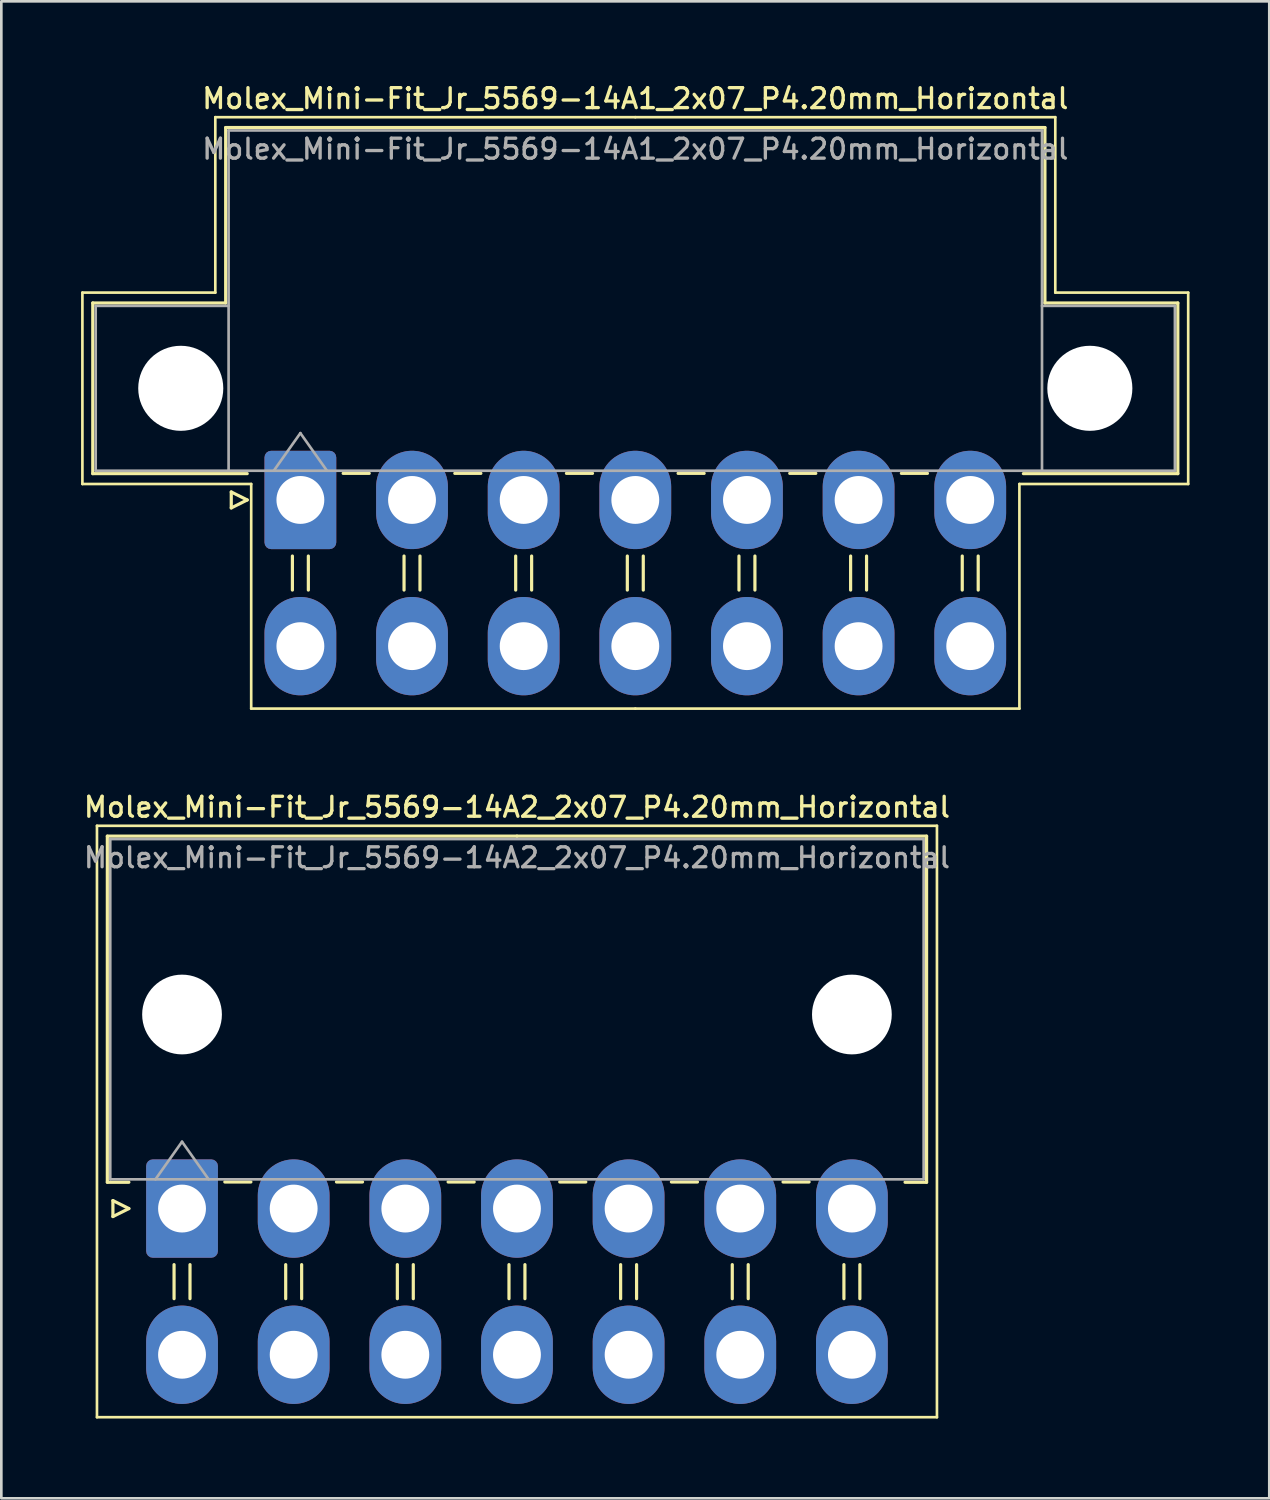
<source format=kicad_pcb>
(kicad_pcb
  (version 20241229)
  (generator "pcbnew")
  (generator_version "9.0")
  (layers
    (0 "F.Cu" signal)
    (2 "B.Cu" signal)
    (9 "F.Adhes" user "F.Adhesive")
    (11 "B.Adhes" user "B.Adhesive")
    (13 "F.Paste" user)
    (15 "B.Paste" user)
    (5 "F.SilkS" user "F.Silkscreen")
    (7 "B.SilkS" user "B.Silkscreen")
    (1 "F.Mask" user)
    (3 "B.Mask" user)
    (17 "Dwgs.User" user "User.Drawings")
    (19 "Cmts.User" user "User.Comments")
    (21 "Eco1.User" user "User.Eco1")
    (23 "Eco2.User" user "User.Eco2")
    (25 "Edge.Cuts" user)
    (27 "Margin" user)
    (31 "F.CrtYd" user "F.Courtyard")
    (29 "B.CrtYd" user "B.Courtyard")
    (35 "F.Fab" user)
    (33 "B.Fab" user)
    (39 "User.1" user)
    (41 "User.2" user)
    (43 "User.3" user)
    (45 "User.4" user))
  (footprint "Molex_Mini-Fit_Jr_5569-14A1_2x07_P4.20mm_Horizontal"
    (layer "F.Cu")
    (at 8.25 15.758)
    (property "Reference" "Molex_Mini-Fit_Jr_5569-14A1_2x07_P4.20mm_Horizontal" (at 12.6 -15.1 0) (layer "F.SilkS") (effects (font (size 0.75 0.75) (thickness 0.125))))
    (attr through_hole)
    (fp_line (start -8.2 -7.8) (end -8.2 -0.6) (stroke (width 0.1) (type solid)) (layer "F.SilkS"))
    (fp_line (start -8.2 -0.6) (end -1.85 -0.6) (stroke (width 0.1) (type solid)) (layer "F.SilkS"))
    (fp_line (start -7.81 -7.41) (end -7.81 -0.99) (stroke (width 0.12) (type solid)) (layer "F.SilkS"))
    (fp_line (start -7.81 -0.99) (end -2 -0.99) (stroke (width 0.12) (type solid)) (layer "F.SilkS"))
    (fp_line (start -3.2 -14.4) (end -3.2 -7.8) (stroke (width 0.1) (type solid)) (layer "F.SilkS"))
    (fp_line (start -3.2 -7.8) (end -8.2 -7.8) (stroke (width 0.1) (type solid)) (layer "F.SilkS"))
    (fp_line (start -2.81 -14.01) (end -2.81 -7.41) (stroke (width 0.12) (type solid)) (layer "F.SilkS"))
    (fp_line (start -2.81 -7.41) (end -7.81 -7.41) (stroke (width 0.12) (type solid)) (layer "F.SilkS"))
    (fp_line (start -2.6 -0.3) (end -2 0) (stroke (width 0.12) (type solid)) (layer "F.SilkS"))
    (fp_line (start -2.6 0.3) (end -2.6 -0.3) (stroke (width 0.12) (type solid)) (layer "F.SilkS"))
    (fp_line (start -2 0) (end -2.6 0.3) (stroke (width 0.12) (type solid)) (layer "F.SilkS"))
    (fp_line (start -1.85 -0.6) (end -1.85 7.85) (stroke (width 0.1) (type solid)) (layer "F.SilkS"))
    (fp_line (start -1.85 7.85) (end 12.6 7.85) (stroke (width 0.1) (type solid)) (layer "F.SilkS"))
    (fp_line (start -0.3 2.11) (end -0.3 3.39) (stroke (width 0.12) (type solid)) (layer "F.SilkS"))
    (fp_line (start 0.3 2.11) (end 0.3 3.39) (stroke (width 0.12) (type solid)) (layer "F.SilkS"))
    (fp_line (start 1.61 -1) (end 2.59 -1) (stroke (width 0.12) (type solid)) (layer "F.SilkS"))
    (fp_line (start 3.9 2.11) (end 3.9 3.39) (stroke (width 0.12) (type solid)) (layer "F.SilkS"))
    (fp_line (start 4.5 2.11) (end 4.5 3.39) (stroke (width 0.12) (type solid)) (layer "F.SilkS"))
    (fp_line (start 5.81 -1) (end 6.79 -1) (stroke (width 0.12) (type solid)) (layer "F.SilkS"))
    (fp_line (start 8.1 2.11) (end 8.1 3.39) (stroke (width 0.12) (type solid)) (layer "F.SilkS"))
    (fp_line (start 8.7 2.11) (end 8.7 3.39) (stroke (width 0.12) (type solid)) (layer "F.SilkS"))
    (fp_line (start 10.01 -1) (end 10.99 -1) (stroke (width 0.12) (type solid)) (layer "F.SilkS"))
    (fp_line (start 12.3 2.11) (end 12.3 3.39) (stroke (width 0.12) (type solid)) (layer "F.SilkS"))
    (fp_line (start 12.6 -14.4) (end -3.2 -14.4) (stroke (width 0.1) (type solid)) (layer "F.SilkS"))
    (fp_line (start 12.6 -14.4) (end 28.4 -14.4) (stroke (width 0.1) (type solid)) (layer "F.SilkS"))
    (fp_line (start 12.6 -14.01) (end -2.81 -14.01) (stroke (width 0.12) (type solid)) (layer "F.SilkS"))
    (fp_line (start 12.6 -14.01) (end 28.01 -14.01) (stroke (width 0.12) (type solid)) (layer "F.SilkS"))
    (fp_line (start 12.9 2.11) (end 12.9 3.39) (stroke (width 0.12) (type solid)) (layer "F.SilkS"))
    (fp_line (start 14.21 -1) (end 15.19 -1) (stroke (width 0.12) (type solid)) (layer "F.SilkS"))
    (fp_line (start 16.5 2.11) (end 16.5 3.39) (stroke (width 0.12) (type solid)) (layer "F.SilkS"))
    (fp_line (start 17.1 2.11) (end 17.1 3.39) (stroke (width 0.12) (type solid)) (layer "F.SilkS"))
    (fp_line (start 18.41 -1) (end 19.39 -1) (stroke (width 0.12) (type solid)) (layer "F.SilkS"))
    (fp_line (start 20.7 2.11) (end 20.7 3.39) (stroke (width 0.12) (type solid)) (layer "F.SilkS"))
    (fp_line (start 21.3 2.11) (end 21.3 3.39) (stroke (width 0.12) (type solid)) (layer "F.SilkS"))
    (fp_line (start 22.61 -1) (end 23.59 -1) (stroke (width 0.12) (type solid)) (layer "F.SilkS"))
    (fp_line (start 24.9 2.11) (end 24.9 3.39) (stroke (width 0.12) (type solid)) (layer "F.SilkS"))
    (fp_line (start 25.5 2.11) (end 25.5 3.39) (stroke (width 0.12) (type solid)) (layer "F.SilkS"))
    (fp_line (start 27.05 -0.6) (end 27.05 7.85) (stroke (width 0.1) (type solid)) (layer "F.SilkS"))
    (fp_line (start 27.05 7.85) (end 12.6 7.85) (stroke (width 0.1) (type solid)) (layer "F.SilkS"))
    (fp_line (start 28.01 -14.01) (end 28.01 -7.41) (stroke (width 0.12) (type solid)) (layer "F.SilkS"))
    (fp_line (start 28.01 -7.41) (end 33.01 -7.41) (stroke (width 0.12) (type solid)) (layer "F.SilkS"))
    (fp_line (start 28.4 -14.4) (end 28.4 -7.8) (stroke (width 0.1) (type solid)) (layer "F.SilkS"))
    (fp_line (start 28.4 -7.8) (end 33.4 -7.8) (stroke (width 0.1) (type solid)) (layer "F.SilkS"))
    (fp_line (start 33.01 -7.41) (end 33.01 -0.99) (stroke (width 0.12) (type solid)) (layer "F.SilkS"))
    (fp_line (start 33.01 -0.99) (end 27.2 -0.99) (stroke (width 0.12) (type solid)) (layer "F.SilkS"))
    (fp_line (start 33.4 -7.8) (end 33.4 -0.6) (stroke (width 0.1) (type solid)) (layer "F.SilkS"))
    (fp_line (start 33.4 -0.6) (end 27.05 -0.6) (stroke (width 0.1) (type solid)) (layer "F.SilkS"))
    (fp_line (start -7.7 -7.3) (end -7.7 -1.1) (stroke (width 0.1) (type solid)) (layer "F.Fab"))
    (fp_line (start -7.7 -1.1) (end -2.7 -1.1) (stroke (width 0.1) (type solid)) (layer "F.Fab"))
    (fp_line (start -2.7 -13.9) (end -2.7 -1.1) (stroke (width 0.1) (type solid)) (layer "F.Fab"))
    (fp_line (start -2.7 -7.3) (end -7.7 -7.3) (stroke (width 0.1) (type solid)) (layer "F.Fab"))
    (fp_line (start -2.7 -1.1) (end 27.9 -1.1) (stroke (width 0.1) (type solid)) (layer "F.Fab"))
    (fp_line (start -1 -1.1) (end 0 -2.514) (stroke (width 0.1) (type solid)) (layer "F.Fab"))
    (fp_line (start 0 -2.514) (end 1 -1.1) (stroke (width 0.1) (type solid)) (layer "F.Fab"))
    (fp_line (start 27.9 -13.9) (end -2.7 -13.9) (stroke (width 0.1) (type solid)) (layer "F.Fab"))
    (fp_line (start 27.9 -7.3) (end 32.9 -7.3) (stroke (width 0.1) (type solid)) (layer "F.Fab"))
    (fp_line (start 27.9 -1.1) (end 27.9 -13.9) (stroke (width 0.1) (type solid)) (layer "F.Fab"))
    (fp_line (start 32.9 -7.3) (end 32.9 -1.1) (stroke (width 0.1) (type solid)) (layer "F.Fab"))
    (fp_line (start 32.9 -1.1) (end 27.9 -1.1) (stroke (width 0.1) (type solid)) (layer "F.Fab"))
    (fp_text user "${REFERENCE}" (at 12.6 -13.2 0) (layer "F.Fab") (effects (font (size 0.75 0.75) (thickness 0.125))))
    (pad "" np_thru_hole circle (at -4.5 -4.2) (size 3.2 3.2) (drill 3.2) (layers "*.Cu" "*.Mask"))
    (pad "" np_thru_hole circle (at 29.7 -4.2) (size 3.2 3.2) (drill 3.2) (layers "*.Cu" "*.Mask"))
    (pad "1" thru_hole roundrect (at 0 0) (size 2.7 3.7) (drill 1.8) (layers "*.Cu" "*.Mask") (roundrect_rratio 0.093))
    (pad "2" thru_hole oval (at 4.2 0) (size 2.7 3.7) (drill 1.8) (layers "*.Cu" "*.Mask"))
    (pad "3" thru_hole oval (at 8.4 0) (size 2.7 3.7) (drill 1.8) (layers "*.Cu" "*.Mask"))
    (pad "4" thru_hole oval (at 12.6 0) (size 2.7 3.7) (drill 1.8) (layers "*.Cu" "*.Mask"))
    (pad "5" thru_hole oval (at 16.8 0) (size 2.7 3.7) (drill 1.8) (layers "*.Cu" "*.Mask"))
    (pad "6" thru_hole oval (at 21 0) (size 2.7 3.7) (drill 1.8) (layers "*.Cu" "*.Mask"))
    (pad "7" thru_hole oval (at 25.2 0) (size 2.7 3.7) (drill 1.8) (layers "*.Cu" "*.Mask"))
    (pad "8" thru_hole oval (at 0 5.5) (size 2.7 3.7) (drill 1.8) (layers "*.Cu" "*.Mask"))
    (pad "9" thru_hole oval (at 4.2 5.5) (size 2.7 3.7) (drill 1.8) (layers "*.Cu" "*.Mask"))
    (pad "10" thru_hole oval (at 8.4 5.5) (size 2.7 3.7) (drill 1.8) (layers "*.Cu" "*.Mask"))
    (pad "11" thru_hole oval (at 12.6 5.5) (size 2.7 3.7) (drill 1.8) (layers "*.Cu" "*.Mask"))
    (pad "12" thru_hole oval (at 16.8 5.5) (size 2.7 3.7) (drill 1.8) (layers "*.Cu" "*.Mask"))
    (pad "13" thru_hole oval (at 21 5.5) (size 2.7 3.7) (drill 1.8) (layers "*.Cu" "*.Mask"))
    (pad "14" thru_hole oval (at 25.2 5.5) (size 2.7 3.7) (drill 1.8) (layers "*.Cu" "*.Mask")))
  (footprint "Molex_Mini-Fit_Jr_5569-14A2_2x07_P4.20mm_Horizontal"
    (layer "F.Cu")
    (at 3.798 42.416)
    (property "Reference" "Molex_Mini-Fit_Jr_5569-14A2_2x07_P4.20mm_Horizontal" (at 12.6 -15.1 0) (layer "F.SilkS") (effects (font (size 0.75 0.75) (thickness 0.125))))
    (attr through_hole)
    (fp_line (start -3.2 -14.4) (end -3.2 7.85) (stroke (width 0.1) (type solid)) (layer "F.SilkS"))
    (fp_line (start -3.2 7.85) (end 28.4 7.85) (stroke (width 0.1) (type solid)) (layer "F.SilkS"))
    (fp_line (start -2.81 -14.01) (end 12.6 -14.01) (stroke (width 0.12) (type solid)) (layer "F.SilkS"))
    (fp_line (start -2.81 -0.99) (end -2.81 -14.01) (stroke (width 0.12) (type solid)) (layer "F.SilkS"))
    (fp_line (start -2.6 -0.3) (end -2 0) (stroke (width 0.12) (type solid)) (layer "F.SilkS"))
    (fp_line (start -2.6 0.3) (end -2.6 -0.3) (stroke (width 0.12) (type solid)) (layer "F.SilkS"))
    (fp_line (start -2 -0.99) (end -2.81 -0.99) (stroke (width 0.12) (type solid)) (layer "F.SilkS"))
    (fp_line (start -2 0) (end -2.6 0.3) (stroke (width 0.12) (type solid)) (layer "F.SilkS"))
    (fp_line (start -0.3 2.11) (end -0.3 3.39) (stroke (width 0.12) (type solid)) (layer "F.SilkS"))
    (fp_line (start 0.3 2.11) (end 0.3 3.39) (stroke (width 0.12) (type solid)) (layer "F.SilkS"))
    (fp_line (start 1.61 -1) (end 2.59 -1) (stroke (width 0.12) (type solid)) (layer "F.SilkS"))
    (fp_line (start 3.9 2.11) (end 3.9 3.39) (stroke (width 0.12) (type solid)) (layer "F.SilkS"))
    (fp_line (start 4.5 2.11) (end 4.5 3.39) (stroke (width 0.12) (type solid)) (layer "F.SilkS"))
    (fp_line (start 5.81 -1) (end 6.79 -1) (stroke (width 0.12) (type solid)) (layer "F.SilkS"))
    (fp_line (start 8.1 2.11) (end 8.1 3.39) (stroke (width 0.12) (type solid)) (layer "F.SilkS"))
    (fp_line (start 8.7 2.11) (end 8.7 3.39) (stroke (width 0.12) (type solid)) (layer "F.SilkS"))
    (fp_line (start 10.01 -1) (end 10.99 -1) (stroke (width 0.12) (type solid)) (layer "F.SilkS"))
    (fp_line (start 12.3 2.11) (end 12.3 3.39) (stroke (width 0.12) (type solid)) (layer "F.SilkS"))
    (fp_line (start 12.9 2.11) (end 12.9 3.39) (stroke (width 0.12) (type solid)) (layer "F.SilkS"))
    (fp_line (start 14.21 -1) (end 15.19 -1) (stroke (width 0.12) (type solid)) (layer "F.SilkS"))
    (fp_line (start 16.5 2.11) (end 16.5 3.39) (stroke (width 0.12) (type solid)) (layer "F.SilkS"))
    (fp_line (start 17.1 2.11) (end 17.1 3.39) (stroke (width 0.12) (type solid)) (layer "F.SilkS"))
    (fp_line (start 18.41 -1) (end 19.39 -1) (stroke (width 0.12) (type solid)) (layer "F.SilkS"))
    (fp_line (start 20.7 2.11) (end 20.7 3.39) (stroke (width 0.12) (type solid)) (layer "F.SilkS"))
    (fp_line (start 21.3 2.11) (end 21.3 3.39) (stroke (width 0.12) (type solid)) (layer "F.SilkS"))
    (fp_line (start 22.61 -1) (end 23.59 -1) (stroke (width 0.12) (type solid)) (layer "F.SilkS"))
    (fp_line (start 24.9 2.11) (end 24.9 3.39) (stroke (width 0.12) (type solid)) (layer "F.SilkS"))
    (fp_line (start 25.5 2.11) (end 25.5 3.39) (stroke (width 0.12) (type solid)) (layer "F.SilkS"))
    (fp_line (start 27.2 -0.99) (end 28.01 -0.99) (stroke (width 0.12) (type solid)) (layer "F.SilkS"))
    (fp_line (start 28.01 -14.01) (end 12.6 -14.01) (stroke (width 0.12) (type solid)) (layer "F.SilkS"))
    (fp_line (start 28.01 -0.99) (end 28.01 -14.01) (stroke (width 0.12) (type solid)) (layer "F.SilkS"))
    (fp_line (start 28.4 -14.4) (end -3.2 -14.4) (stroke (width 0.1) (type solid)) (layer "F.SilkS"))
    (fp_line (start 28.4 7.85) (end 28.4 -14.4) (stroke (width 0.1) (type solid)) (layer "F.SilkS"))
    (fp_line (start -2.7 -13.9) (end -2.7 -1.1) (stroke (width 0.1) (type solid)) (layer "F.Fab"))
    (fp_line (start -2.7 -1.1) (end 27.9 -1.1) (stroke (width 0.1) (type solid)) (layer "F.Fab"))
    (fp_line (start -1 -1.1) (end 0 -2.514) (stroke (width 0.1) (type solid)) (layer "F.Fab"))
    (fp_line (start 0 -2.514) (end 1 -1.1) (stroke (width 0.1) (type solid)) (layer "F.Fab"))
    (fp_line (start 27.9 -13.9) (end -2.7 -13.9) (stroke (width 0.1) (type solid)) (layer "F.Fab"))
    (fp_line (start 27.9 -1.1) (end 27.9 -13.9) (stroke (width 0.1) (type solid)) (layer "F.Fab"))
    (fp_text user "${REFERENCE}" (at 12.6 -13.2 0) (layer "F.Fab") (effects (font (size 0.75 0.75) (thickness 0.125))))
    (pad "" np_thru_hole circle (at 0 -7.3) (size 3 3) (drill 3) (layers "*.Cu" "*.Mask"))
    (pad "" np_thru_hole circle (at 25.2 -7.3) (size 3 3) (drill 3) (layers "*.Cu" "*.Mask"))
    (pad "1" thru_hole roundrect (at 0 0) (size 2.7 3.7) (drill 1.8) (layers "*.Cu" "*.Mask") (roundrect_rratio 0.093))
    (pad "2" thru_hole oval (at 4.2 0) (size 2.7 3.7) (drill 1.8) (layers "*.Cu" "*.Mask"))
    (pad "3" thru_hole oval (at 8.4 0) (size 2.7 3.7) (drill 1.8) (layers "*.Cu" "*.Mask"))
    (pad "4" thru_hole oval (at 12.6 0) (size 2.7 3.7) (drill 1.8) (layers "*.Cu" "*.Mask"))
    (pad "5" thru_hole oval (at 16.8 0) (size 2.7 3.7) (drill 1.8) (layers "*.Cu" "*.Mask"))
    (pad "6" thru_hole oval (at 21 0) (size 2.7 3.7) (drill 1.8) (layers "*.Cu" "*.Mask"))
    (pad "7" thru_hole oval (at 25.2 0) (size 2.7 3.7) (drill 1.8) (layers "*.Cu" "*.Mask"))
    (pad "8" thru_hole oval (at 0 5.5) (size 2.7 3.7) (drill 1.8) (layers "*.Cu" "*.Mask"))
    (pad "9" thru_hole oval (at 4.2 5.5) (size 2.7 3.7) (drill 1.8) (layers "*.Cu" "*.Mask"))
    (pad "10" thru_hole oval (at 8.4 5.5) (size 2.7 3.7) (drill 1.8) (layers "*.Cu" "*.Mask"))
    (pad "11" thru_hole oval (at 12.6 5.5) (size 2.7 3.7) (drill 1.8) (layers "*.Cu" "*.Mask"))
    (pad "12" thru_hole oval (at 16.8 5.5) (size 2.7 3.7) (drill 1.8) (layers "*.Cu" "*.Mask"))
    (pad "13" thru_hole oval (at 21 5.5) (size 2.7 3.7) (drill 1.8) (layers "*.Cu" "*.Mask"))
    (pad "14" thru_hole oval (at 25.2 5.5) (size 2.7 3.7) (drill 1.8) (layers "*.Cu" "*.Mask")))
  (gr_rect
    (start -3 -3)
    (end 44.7 53.316)
    (stroke (width 0.1) (type default))
    (fill no)
    (layer "Edge.Cuts")))
</source>
